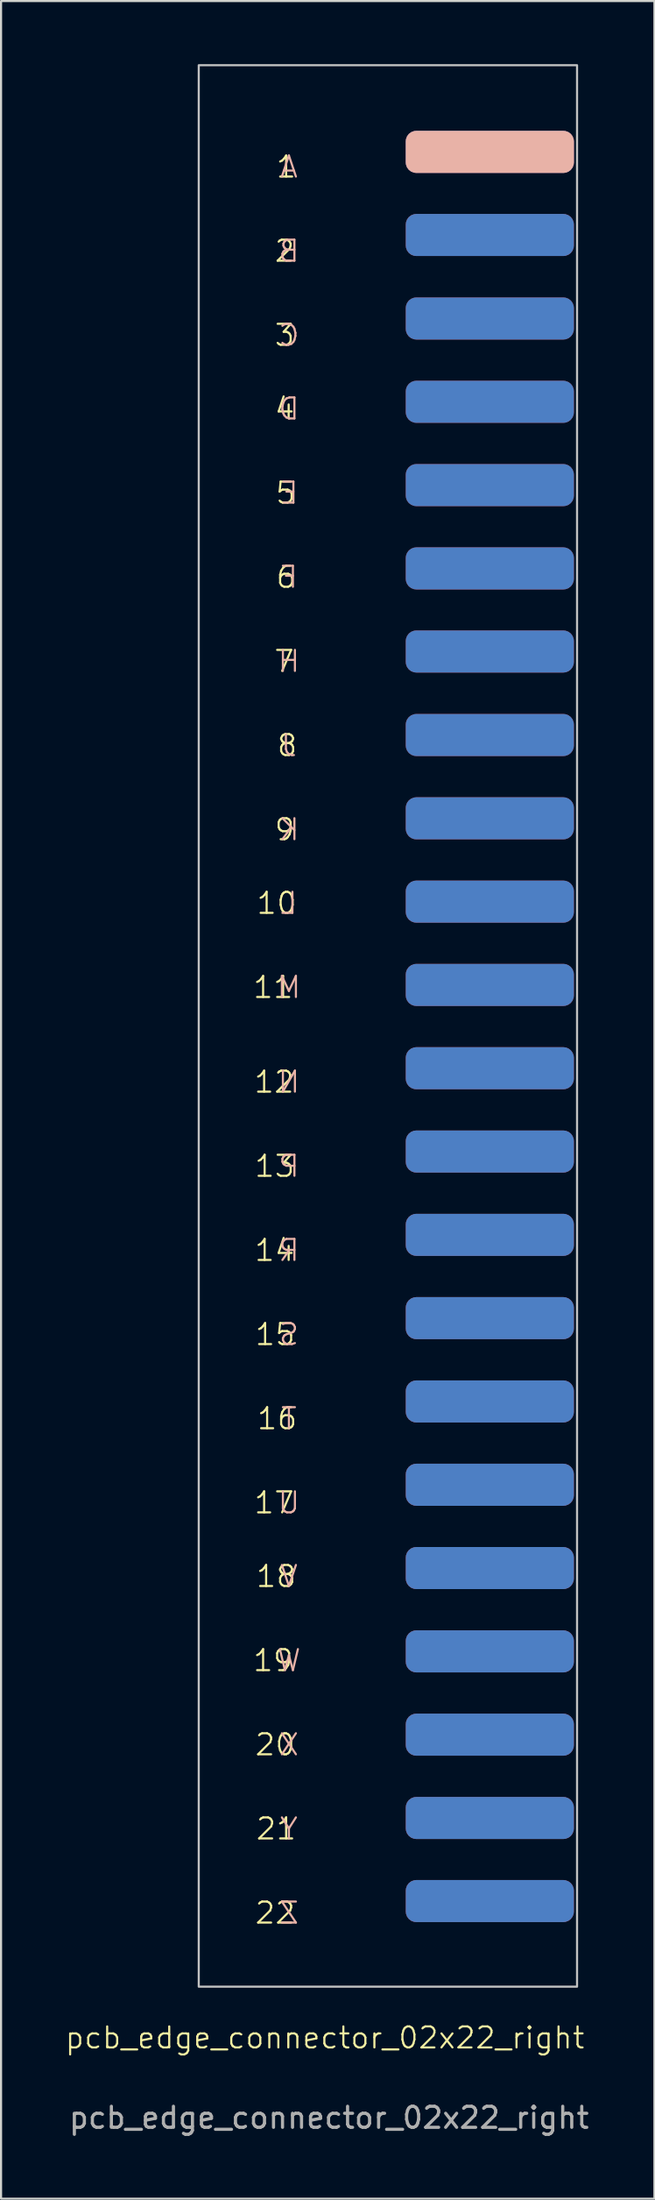
<source format=kicad_pcb>
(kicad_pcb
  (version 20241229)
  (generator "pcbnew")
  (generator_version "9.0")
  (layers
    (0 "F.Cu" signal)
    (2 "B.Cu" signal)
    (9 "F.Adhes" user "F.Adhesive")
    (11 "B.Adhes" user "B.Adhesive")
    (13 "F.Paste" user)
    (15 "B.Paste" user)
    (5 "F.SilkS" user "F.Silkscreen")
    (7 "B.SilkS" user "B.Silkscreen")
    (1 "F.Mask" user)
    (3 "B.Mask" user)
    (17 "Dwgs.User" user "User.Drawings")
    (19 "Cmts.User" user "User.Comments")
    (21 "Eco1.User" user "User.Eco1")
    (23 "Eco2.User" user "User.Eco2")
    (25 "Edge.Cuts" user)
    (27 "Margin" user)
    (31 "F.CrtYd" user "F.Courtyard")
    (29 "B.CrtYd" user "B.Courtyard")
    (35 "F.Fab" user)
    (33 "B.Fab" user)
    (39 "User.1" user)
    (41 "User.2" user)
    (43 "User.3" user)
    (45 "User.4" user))
  (footprint "pcb_edge_connector_02x22_right"
    (layer "F.Cu")
    (at 14.907 44.72)
    (property "Reference" "pcb_edge_connector_02x22_right" (at -2.5 49.1 0) (unlocked yes) (layer "F.SilkS") (effects (font (size 1 1) (thickness 0.1))))
    (attr smd allow_soldermask_bridges)
    (fp_rect (start 0.5 -44.65) (end 9.5 46.69) (stroke (width 0.1) (type solid)) (fill yes) (layer "F.Mask"))
    (fp_rect (start 0.5 -44.65) (end 9.5 46.69) (stroke (width 0.1) (type solid)) (fill yes) (layer "B.Mask"))
    (fp_rect (start 9.5 -44.67) (end -8.5 46.67) (stroke (width 0.1) (type default)) (fill no) (layer "Dwgs.User"))
    (fp_text user "22" (at -3.848 43.75 0) (unlocked yes) (layer "F.SilkS") (effects (font (size 1 1) (thickness 0.1)) (justify right bottom)))
    (fp_text user "11" (at -3.943 -0.25 0) (unlocked yes) (layer "F.SilkS") (effects (font (size 1 1) (thickness 0.1)) (justify right bottom)))
    (fp_text user "17" (at -3.895 24.25 0) (unlocked yes) (layer "F.SilkS") (effects (font (size 1 1) (thickness 0.1)) (justify right bottom)))
    (fp_text user "3" (at -3.871 -31.25 0) (unlocked yes) (layer "F.SilkS") (effects (font (size 1 1) (thickness 0.1)) (justify right bottom)))
    (fp_text user "13" (at -3.871 8.25 0) (unlocked yes) (layer "F.SilkS") (effects (font (size 1 1) (thickness 0.1)) (justify right bottom)))
    (fp_text user "14" (at -3.871 12.25 0) (unlocked yes) (layer "F.SilkS") (effects (font (size 1 1) (thickness 0.1)) (justify right bottom)))
    (fp_text user "6" (at -3.8 -19.75 0) (unlocked yes) (layer "F.SilkS") (effects (font (size 1 1) (thickness 0.1)) (justify right bottom)))
    (fp_text user "20" (at -3.848 35.75 0) (unlocked yes) (layer "F.SilkS") (effects (font (size 1 1) (thickness 0.1)) (justify right bottom)))
    (fp_text user "18" (at -3.8 27.75 0) (unlocked yes) (layer "F.SilkS") (effects (font (size 1 1) (thickness 0.1)) (justify right bottom)))
    (fp_text user "7" (at -3.895 -15.75 0) (unlocked yes) (layer "F.SilkS") (effects (font (size 1 1) (thickness 0.1)) (justify right bottom)))
    (fp_text user "1" (at -3.8 -39.25 0) (unlocked yes) (layer "F.SilkS") (effects (font (size 1 1) (thickness 0.1)) (justify right bottom)))
    (fp_text user "12" (at -3.895 4.25 0) (unlocked yes) (layer "F.SilkS") (effects (font (size 1 1) (thickness 0.1)) (justify right bottom)))
    (fp_text user "8" (at -3.752 -11.75 0) (unlocked yes) (layer "F.SilkS") (effects (font (size 1 1) (thickness 0.1)) (justify right bottom)))
    (fp_text user "16" (at -3.752 20.25 0) (unlocked yes) (layer "F.SilkS") (effects (font (size 1 1) (thickness 0.1)) (justify right bottom)))
    (fp_text user "2" (at -3.871 -35.25 0) (unlocked yes) (layer "F.SilkS") (effects (font (size 1 1) (thickness 0.1)) (justify right bottom)))
    (fp_text user "15" (at -3.848 16.25 0) (unlocked yes) (layer "F.SilkS") (effects (font (size 1 1) (thickness 0.1)) (justify right bottom)))
    (fp_text user "19" (at -3.943 31.75 0) (unlocked yes) (layer "F.SilkS") (effects (font (size 1 1) (thickness 0.1)) (justify right bottom)))
    (fp_text user "9" (at -3.871 -7.75 0) (unlocked yes) (layer "F.SilkS") (effects (font (size 1 1) (thickness 0.1)) (justify right bottom)))
    (fp_text user "21" (at -3.8 39.75 0) (unlocked yes) (layer "F.SilkS") (effects (font (size 1 1) (thickness 0.1)) (justify right bottom)))
    (fp_text user "5" (at -3.824 -23.75 0) (unlocked yes) (layer "F.SilkS") (effects (font (size 1 1) (thickness 0.1)) (justify right bottom)))
    (fp_text user "10" (at -3.776 -4.25 0) (unlocked yes) (layer "F.SilkS") (effects (font (size 1 1) (thickness 0.1)) (justify right bottom)))
    (fp_text user "4" (at -3.871 -27.75 0) (unlocked yes) (layer "F.SilkS") (effects (font (size 1 1) (thickness 0.1)) (justify right bottom)))
    (fp_text user "D" (at -4.776 -27.75 0) (unlocked yes) (layer "B.SilkS") (effects (font (size 1 1) (thickness 0.1)) (justify right bottom mirror)))
    (fp_text user "H" (at -4.8 -15.75 0) (unlocked yes) (layer "B.SilkS") (effects (font (size 1 1) (thickness 0.1)) (justify right bottom mirror)))
    (fp_text user "S" (at -4.752 16.25 0) (unlocked yes) (layer "B.SilkS") (effects (font (size 1 1) (thickness 0.1)) (justify right bottom mirror)))
    (fp_text user "N" (at -4.8 4.25 0) (unlocked yes) (layer "B.SilkS") (effects (font (size 1 1) (thickness 0.1)) (justify right bottom mirror)))
    (fp_text user "B" (at -4.776 -35.25 0) (unlocked yes) (layer "B.SilkS") (effects (font (size 1 1) (thickness 0.1)) (justify right bottom mirror)))
    (fp_text user "A" (at -4.705 -39.25 0) (unlocked yes) (layer "B.SilkS") (effects (font (size 1 1) (thickness 0.1)) (justify right bottom mirror)))
    (fp_text user "X" (at -4.752 35.75 0) (unlocked yes) (layer "B.SilkS") (effects (font (size 1 1) (thickness 0.1)) (justify right bottom mirror)))
    (fp_text user "F" (at -4.705 -19.75 0) (unlocked yes) (layer "B.SilkS") (effects (font (size 1 1) (thickness 0.1)) (justify right bottom mirror)))
    (fp_text user "V" (at -4.705 27.75 0) (unlocked yes) (layer "B.SilkS") (effects (font (size 1 1) (thickness 0.1)) (justify right bottom mirror)))
    (fp_text user "J" (at -4.657 -11.75 0) (unlocked yes) (layer "B.SilkS") (effects (font (size 1 1) (thickness 0.1)) (justify right bottom mirror)))
    (fp_text user "T" (at -4.657 20.25 0) (unlocked yes) (layer "B.SilkS") (effects (font (size 1 1) (thickness 0.1)) (justify right bottom mirror)))
    (fp_text user "C" (at -4.776 -31.25 0) (unlocked yes) (layer "B.SilkS") (effects (font (size 1 1) (thickness 0.1)) (justify right bottom mirror)))
    (fp_text user "R" (at -4.776 12.25 0) (unlocked yes) (layer "B.SilkS") (effects (font (size 1 1) (thickness 0.1)) (justify right bottom mirror)))
    (fp_text user "Z" (at -4.752 43.75 0) (unlocked yes) (layer "B.SilkS") (effects (font (size 1 1) (thickness 0.1)) (justify right bottom mirror)))
    (fp_text user "K" (at -4.776 -7.75 0) (unlocked yes) (layer "B.SilkS") (effects (font (size 1 1) (thickness 0.1)) (justify right bottom mirror)))
    (fp_text user "M" (at -4.848 -0.25 0) (unlocked yes) (layer "B.SilkS") (effects (font (size 1 1) (thickness 0.1)) (justify right bottom mirror)))
    (fp_text user "Y" (at -4.705 39.75 0) (unlocked yes) (layer "B.SilkS") (effects (font (size 1 1) (thickness 0.1)) (justify right bottom mirror)))
    (fp_text user "U" (at -4.8 24.25 0) (unlocked yes) (layer "B.SilkS") (effects (font (size 1 1) (thickness 0.1)) (justify right bottom mirror)))
    (fp_text user "E" (at -4.729 -23.75 0) (unlocked yes) (layer "B.SilkS") (effects (font (size 1 1) (thickness 0.1)) (justify right bottom mirror)))
    (fp_text user "L" (at -4.681 -4.25 0) (unlocked yes) (layer "B.SilkS") (effects (font (size 1 1) (thickness 0.1)) (justify right bottom mirror)))
    (fp_text user "P" (at -4.776 8.25 0) (unlocked yes) (layer "B.SilkS") (effects (font (size 1 1) (thickness 0.1)) (justify right bottom mirror)))
    (fp_text user "W" (at -4.848 31.75 0) (unlocked yes) (layer "B.SilkS") (effects (font (size 1 1) (thickness 0.1)) (justify right bottom mirror)))
    (fp_text user "${REFERENCE}" (at -2.3 52.9 0) (unlocked yes) (layer "F.Fab") (effects (font (size 1 1) (thickness 0.15))))
    (pad "1" connect roundrect (at 5.35 -40.55) (size 8 2) (layers "F.Cu" "F.Mask") (roundrect_rratio 0.25))
    (pad "2" connect roundrect (at 5.35 -36.6) (size 8 2) (layers "F.Cu" "F.Mask") (roundrect_rratio 0.25))
    (pad "3" connect roundrect (at 5.35 -32.63) (size 8 2) (layers "F.Cu" "F.Mask") (roundrect_rratio 0.25))
    (pad "4" connect roundrect (at 5.35 -28.67) (size 8 2) (layers "F.Cu" "F.Mask") (roundrect_rratio 0.25))
    (pad "5" connect roundrect (at 5.35 -24.71) (size 8 2) (layers "F.Cu" "F.Mask") (roundrect_rratio 0.25))
    (pad "6" connect roundrect (at 5.35 -20.75) (size 8 2) (layers "F.Cu" "F.Mask") (roundrect_rratio 0.25))
    (pad "7" connect roundrect (at 5.35 -16.8) (size 8 2) (layers "F.Cu" "F.Mask") (roundrect_rratio 0.25))
    (pad "8" connect roundrect (at 5.35 -12.83) (size 8 2) (layers "F.Cu" "F.Mask") (roundrect_rratio 0.25))
    (pad "9" connect roundrect (at 5.35 -8.87) (size 8 2) (layers "F.Cu" "F.Mask") (roundrect_rratio 0.25))
    (pad "10" connect roundrect (at 5.35 -4.91) (size 8 2) (layers "F.Cu" "F.Mask") (roundrect_rratio 0.25))
    (pad "11" connect roundrect (at 5.35 -0.95) (size 8 2) (layers "F.Cu" "F.Mask") (roundrect_rratio 0.25))
    (pad "12" connect roundrect (at 5.35 3.01) (size 8 2) (layers "F.Cu" "F.Mask") (roundrect_rratio 0.25))
    (pad "13" connect roundrect (at 5.35 6.97) (size 8 2) (layers "F.Cu" "F.Mask") (roundrect_rratio 0.25))
    (pad "14" connect roundrect (at 5.35 10.93) (size 8 2) (layers "F.Cu" "F.Mask") (roundrect_rratio 0.25))
    (pad "15" connect roundrect (at 5.35 14.89) (size 8 2) (layers "F.Cu" "F.Mask") (roundrect_rratio 0.25))
    (pad "16" connect roundrect (at 5.35 18.85) (size 8 2) (layers "F.Cu" "F.Mask") (roundrect_rratio 0.25))
    (pad "17" connect roundrect (at 5.35 22.81) (size 8 2) (layers "F.Cu" "F.Mask") (roundrect_rratio 0.25))
    (pad "18" connect roundrect (at 5.35 26.77) (size 8 2) (layers "F.Cu" "F.Mask") (roundrect_rratio 0.25))
    (pad "19" connect roundrect (at 5.35 30.73) (size 8 2) (layers "F.Cu" "F.Mask") (roundrect_rratio 0.25))
    (pad "20" connect roundrect (at 5.35 34.69) (size 8 2) (layers "F.Cu" "F.Mask") (roundrect_rratio 0.25))
    (pad "21" connect roundrect (at 5.35 38.65) (size 8 2) (layers "F.Cu" "F.Mask") (roundrect_rratio 0.25))
    (pad "22" connect roundrect (at 5.35 42.6) (size 8 2) (layers "F.Cu" "F.Mask") (roundrect_rratio 0.25))
    (pad "A" connect roundrect (at 5.35 -40.55) (size 8 2) (layers "F.Mask" "B.Cu" "B.SilkS") (roundrect_rratio 0.25))
    (pad "B" connect roundrect (at 5.35 -36.6) (size 8 2) (layers "F.Mask" "B.Cu") (roundrect_rratio 0.25))
    (pad "C" connect roundrect (at 5.35 -32.63) (size 8 2) (layers "F.Mask" "B.Cu") (roundrect_rratio 0.25))
    (pad "D" connect roundrect (at 5.35 -28.67) (size 8 2) (layers "F.Mask" "B.Cu") (roundrect_rratio 0.25))
    (pad "E" connect roundrect (at 5.35 -24.71) (size 8 2) (layers "F.Mask" "B.Cu") (roundrect_rratio 0.25))
    (pad "F" connect roundrect (at 5.35 -20.75) (size 8 2) (layers "F.Mask" "B.Cu") (roundrect_rratio 0.25))
    (pad "H" connect roundrect (at 5.35 -16.8) (size 8 2) (layers "F.Mask" "B.Cu") (roundrect_rratio 0.25))
    (pad "J" connect roundrect (at 5.35 -12.83) (size 8 2) (layers "F.Mask" "B.Cu") (roundrect_rratio 0.25))
    (pad "K" connect roundrect (at 5.35 -8.87) (size 8 2) (layers "F.Mask" "B.Cu") (roundrect_rratio 0.25))
    (pad "L" connect roundrect (at 5.35 -4.91) (size 8 2) (layers "F.Mask" "B.Cu") (roundrect_rratio 0.25))
    (pad "M" connect roundrect (at 5.35 -0.95) (size 8 2) (layers "F.Mask" "B.Cu") (roundrect_rratio 0.25))
    (pad "N" connect roundrect (at 5.35 3.01) (size 8 2) (layers "F.Mask" "B.Cu") (roundrect_rratio 0.25))
    (pad "P" connect roundrect (at 5.35 6.97) (size 8 2) (layers "F.Mask" "B.Cu") (roundrect_rratio 0.25))
    (pad "R" connect roundrect (at 5.35 10.93) (size 8 2) (layers "F.Mask" "B.Cu") (roundrect_rratio 0.25))
    (pad "S" connect roundrect (at 5.35 14.89) (size 8 2) (layers "F.Mask" "B.Cu") (roundrect_rratio 0.25))
    (pad "T" connect roundrect (at 5.35 18.85) (size 8 2) (layers "F.Mask" "B.Cu") (roundrect_rratio 0.25))
    (pad "U" connect roundrect (at 5.35 22.81) (size 8 2) (layers "F.Mask" "B.Cu") (roundrect_rratio 0.25))
    (pad "V" connect roundrect (at 5.35 26.77) (size 8 2) (layers "F.Mask" "B.Cu") (roundrect_rratio 0.25))
    (pad "W" connect roundrect (at 5.35 30.73) (size 8 2) (layers "F.Mask" "B.Cu") (roundrect_rratio 0.25))
    (pad "X" connect roundrect (at 5.35 34.69) (size 8 2) (layers "F.Mask" "B.Cu") (roundrect_rratio 0.25))
    (pad "Y" connect roundrect (at 5.35 38.65) (size 8 2) (layers "F.Mask" "B.Cu") (roundrect_rratio 0.25))
    (pad "Z" connect roundrect (at 5.35 42.6) (size 8 2) (layers "F.Mask" "B.Cu") (roundrect_rratio 0.25)))
  (gr_rect
    (start -3 -3)
    (end 28.089 101.468)
    (stroke (width 0.1) (type default))
    (fill no)
    (layer "Edge.Cuts")))
</source>
